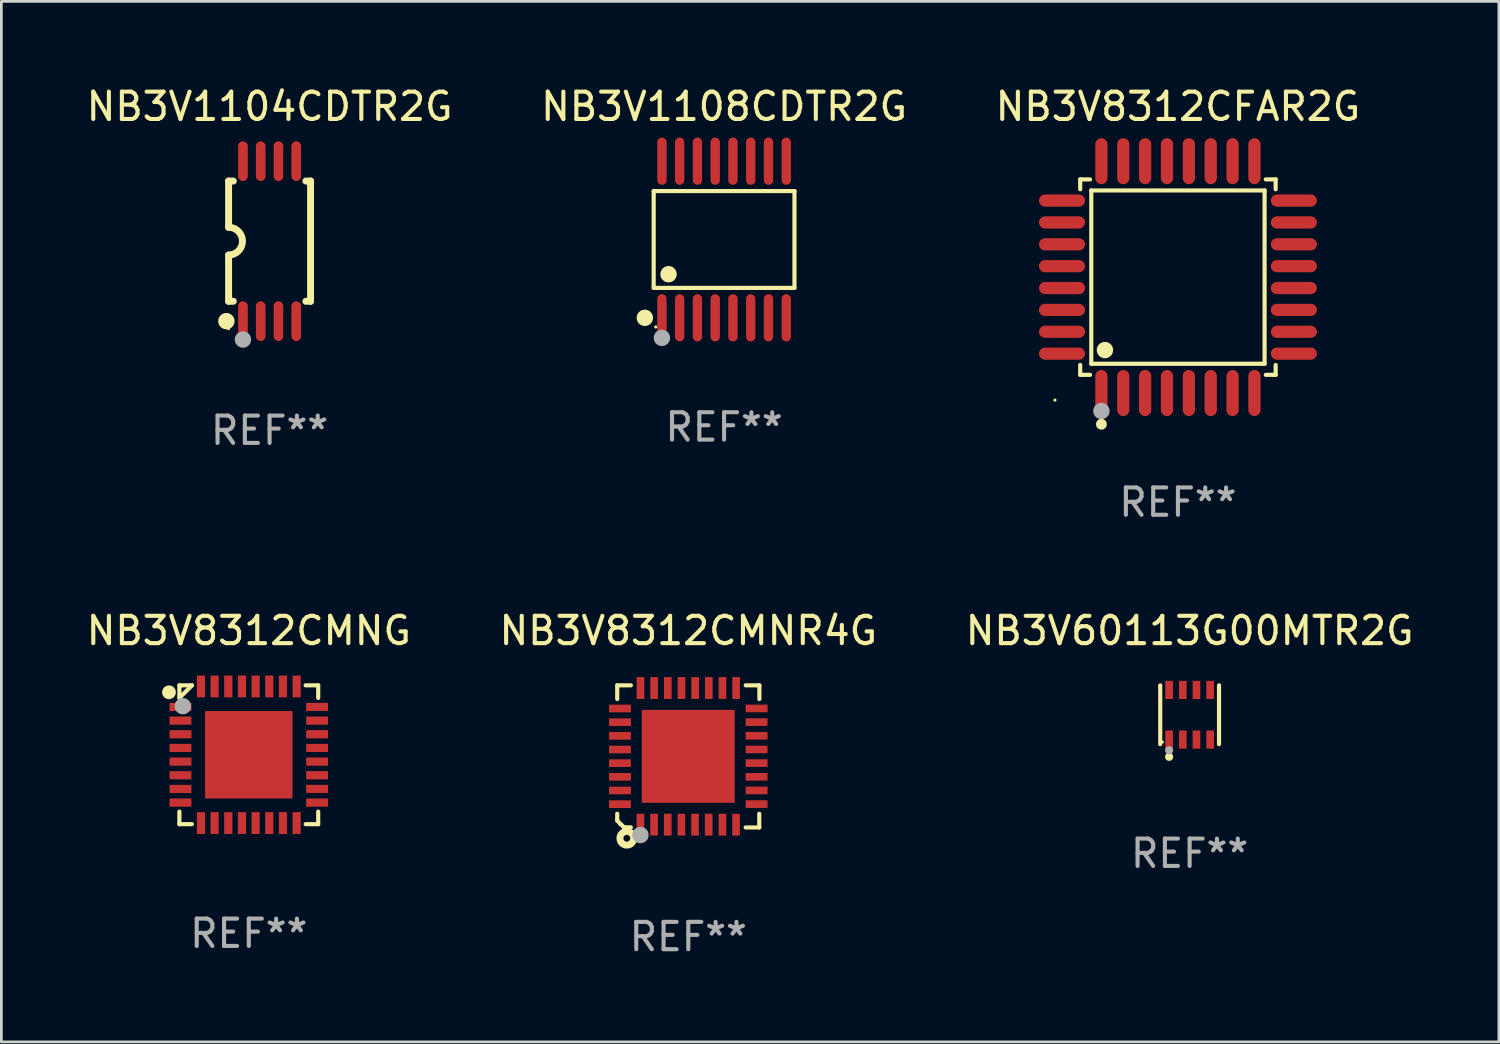
<source format=kicad_pcb>
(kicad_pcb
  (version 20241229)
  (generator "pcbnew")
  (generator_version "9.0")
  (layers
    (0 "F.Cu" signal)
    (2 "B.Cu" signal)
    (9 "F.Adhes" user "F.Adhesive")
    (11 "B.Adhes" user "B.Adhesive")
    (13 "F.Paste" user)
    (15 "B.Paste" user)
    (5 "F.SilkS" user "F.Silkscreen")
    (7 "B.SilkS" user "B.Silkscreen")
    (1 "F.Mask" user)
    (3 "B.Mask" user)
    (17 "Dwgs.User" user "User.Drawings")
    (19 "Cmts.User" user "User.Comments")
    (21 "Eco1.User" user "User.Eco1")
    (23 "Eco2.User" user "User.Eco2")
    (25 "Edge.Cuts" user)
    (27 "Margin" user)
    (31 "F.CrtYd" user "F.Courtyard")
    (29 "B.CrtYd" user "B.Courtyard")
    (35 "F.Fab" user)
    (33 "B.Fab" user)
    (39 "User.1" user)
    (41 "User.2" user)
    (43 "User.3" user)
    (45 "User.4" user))
  (footprint "NB3V8312CMNG"
    (layer "F.Cu")
    (at 6.054 24.569)
    (property "Reference" "NB3V8312CMNG" (at 0 -4.54 0) (layer "F.SilkS") (effects (font (size 1 1) (thickness 0.15))))
    (attr through_hole)
    (fp_line (start -2.54 -2.54) (end -2.08 -2.54) (stroke (width 0.152) (type solid)) (layer "F.SilkS"))
    (fp_line (start -2.54 -2.08) (end -2.54 -2.54) (stroke (width 0.152) (type solid)) (layer "F.SilkS"))
    (fp_line (start -2.54 -2.08) (end -2.08 -2.54) (stroke (width 0.152) (type solid)) (layer "F.SilkS"))
    (fp_line (start -2.54 2.54) (end -2.54 2.08) (stroke (width 0.152) (type solid)) (layer "F.SilkS"))
    (fp_line (start -2.08 2.54) (end -2.54 2.54) (stroke (width 0.152) (type solid)) (layer "F.SilkS"))
    (fp_line (start 2.08 -2.54) (end 2.54 -2.54) (stroke (width 0.152) (type solid)) (layer "F.SilkS"))
    (fp_line (start 2.54 -2.54) (end 2.54 -2.08) (stroke (width 0.152) (type solid)) (layer "F.SilkS"))
    (fp_line (start 2.54 2.08) (end 2.54 2.54) (stroke (width 0.152) (type solid)) (layer "F.SilkS"))
    (fp_line (start 2.54 2.54) (end 2.08 2.54) (stroke (width 0.152) (type solid)) (layer "F.SilkS"))
    (fp_circle (center -2.921 -2.286) (end -2.794 -2.286) (stroke (width 0.254) (type solid)) (fill no) (layer "F.SilkS"))
    (fp_circle (center -2.5 -2.5) (end -2.47 -2.5) (stroke (width 0.06) (type solid)) (fill no) (layer "F.SilkS"))
    (fp_circle (center -2.413 -1.778) (end -2.263 -1.778) (stroke (width 0.3) (type solid)) (fill no) (layer "F.Fab"))
    (fp_text user "REF**" (at 0 6.54 0) (layer "F.Fab") (effects (font (size 1 1) (thickness 0.15))))
    (pad "1" smd rect (at -2.5 -1.75 90) (size 0.3 0.8) (layers "F.Cu" "F.Mask" "F.Paste"))
    (pad "2" smd rect (at -2.5 -1.25 90) (size 0.3 0.8) (layers "F.Cu" "F.Mask" "F.Paste"))
    (pad "3" smd rect (at -2.5 -0.75 90) (size 0.3 0.8) (layers "F.Cu" "F.Mask" "F.Paste"))
    (pad "4" smd rect (at -2.5 -0.25 90) (size 0.3 0.8) (layers "F.Cu" "F.Mask" "F.Paste"))
    (pad "5" smd rect (at -2.5 0.25 90) (size 0.3 0.8) (layers "F.Cu" "F.Mask" "F.Paste"))
    (pad "6" smd rect (at -2.5 0.75 90) (size 0.3 0.8) (layers "F.Cu" "F.Mask" "F.Paste"))
    (pad "7" smd rect (at -2.5 1.25 90) (size 0.3 0.8) (layers "F.Cu" "F.Mask" "F.Paste"))
    (pad "8" smd rect (at -2.5 1.75 90) (size 0.3 0.8) (layers "F.Cu" "F.Mask" "F.Paste"))
    (pad "9" smd rect (at -1.75 2.5 180) (size 0.3 0.8) (layers "F.Cu" "F.Mask" "F.Paste"))
    (pad "10" smd rect (at -1.25 2.5 180) (size 0.3 0.8) (layers "F.Cu" "F.Mask" "F.Paste"))
    (pad "11" smd rect (at -0.75 2.5 180) (size 0.3 0.8) (layers "F.Cu" "F.Mask" "F.Paste"))
    (pad "12" smd rect (at -0.25 2.5 180) (size 0.3 0.8) (layers "F.Cu" "F.Mask" "F.Paste"))
    (pad "13" smd rect (at 0.25 2.5 180) (size 0.3 0.8) (layers "F.Cu" "F.Mask" "F.Paste"))
    (pad "14" smd rect (at 0.75 2.5 180) (size 0.3 0.8) (layers "F.Cu" "F.Mask" "F.Paste"))
    (pad "15" smd rect (at 1.25 2.5 180) (size 0.3 0.8) (layers "F.Cu" "F.Mask" "F.Paste"))
    (pad "16" smd rect (at 1.75 2.5 180) (size 0.3 0.8) (layers "F.Cu" "F.Mask" "F.Paste"))
    (pad "17" smd rect (at 2.5 1.75 270) (size 0.3 0.8) (layers "F.Cu" "F.Mask" "F.Paste"))
    (pad "18" smd rect (at 2.5 1.25 270) (size 0.3 0.8) (layers "F.Cu" "F.Mask" "F.Paste"))
    (pad "19" smd rect (at 2.5 0.75 270) (size 0.3 0.8) (layers "F.Cu" "F.Mask" "F.Paste"))
    (pad "20" smd rect (at 2.5 0.25 270) (size 0.3 0.8) (layers "F.Cu" "F.Mask" "F.Paste"))
    (pad "21" smd rect (at 2.5 -0.25 270) (size 0.3 0.8) (layers "F.Cu" "F.Mask" "F.Paste"))
    (pad "22" smd rect (at 2.5 -0.75 270) (size 0.3 0.8) (layers "F.Cu" "F.Mask" "F.Paste"))
    (pad "23" smd rect (at 2.5 -1.25 270) (size 0.3 0.8) (layers "F.Cu" "F.Mask" "F.Paste"))
    (pad "24" smd rect (at 2.5 -1.75 270) (size 0.3 0.8) (layers "F.Cu" "F.Mask" "F.Paste"))
    (pad "25" smd rect (at 1.75 -2.5) (size 0.3 0.8) (layers "F.Cu" "F.Mask" "F.Paste"))
    (pad "26" smd rect (at 1.25 -2.5) (size 0.3 0.8) (layers "F.Cu" "F.Mask" "F.Paste"))
    (pad "27" smd rect (at 0.75 -2.5) (size 0.3 0.8) (layers "F.Cu" "F.Mask" "F.Paste"))
    (pad "28" smd rect (at 0.25 -2.5) (size 0.3 0.8) (layers "F.Cu" "F.Mask" "F.Paste"))
    (pad "29" smd rect (at -0.25 -2.5) (size 0.3 0.8) (layers "F.Cu" "F.Mask" "F.Paste"))
    (pad "30" smd rect (at -0.75 -2.5) (size 0.3 0.8) (layers "F.Cu" "F.Mask" "F.Paste"))
    (pad "31" smd rect (at -1.25 -2.5) (size 0.3 0.8) (layers "F.Cu" "F.Mask" "F.Paste"))
    (pad "32" smd rect (at -1.75 -2.5) (size 0.3 0.8) (layers "F.Cu" "F.Mask" "F.Paste"))
    (pad "33" smd rect (at 0 0 90) (size 3.2 3.2) (layers "F.Cu" "F.Mask" "F.Paste")))
  (footprint "NB3V8312CMNR4G"
    (layer "F.Cu")
    (at 22.137 24.629)
    (property "Reference" "NB3V8312CMNR4G" (at 0 -4.6 0) (layer "F.SilkS") (effects (font (size 1 1) (thickness 0.15))))
    (attr through_hole)
    (fp_line (start -2.601 2.097) (end -2.601 2.347) (stroke (width 0.152) (type solid)) (layer "F.SilkS"))
    (fp_line (start -2.601 2.347) (end -2.351 2.597) (stroke (width 0.152) (type solid)) (layer "F.SilkS"))
    (fp_line (start -2.601 -2.6) (end -2.601 -2.1) (stroke (width 0.152) (type solid)) (layer "F.SilkS"))
    (fp_line (start -2.601 -2.6) (end -2.101 -2.6) (stroke (width 0.152) (type solid)) (layer "F.SilkS"))
    (fp_line (start -2.351 2.597) (end -2.101 2.597) (stroke (width 0.152) (type solid)) (layer "F.SilkS"))
    (fp_line (start 2.597 2.6) (end 2.097 2.6) (stroke (width 0.152) (type solid)) (layer "F.SilkS"))
    (fp_line (start 2.597 2.6) (end 2.597 2.1) (stroke (width 0.152) (type solid)) (layer "F.SilkS"))
    (fp_line (start 2.601 -2.6) (end 2.101 -2.6) (stroke (width 0.152) (type solid)) (layer "F.SilkS"))
    (fp_line (start 2.601 -2.6) (end 2.601 -2.1) (stroke (width 0.152) (type solid)) (layer "F.SilkS"))
    (fp_circle (center -2.501 2.497) (end -2.471 2.497) (stroke (width 0.06) (type solid)) (fill no) (layer "F.SilkS"))
    (fp_circle (center -2.25 2.995) (end -2.125 2.995) (stroke (width 0.254) (type solid)) (fill no) (layer "F.SilkS"))
    (fp_circle (center -1.751 2.878) (end -1.601 2.878) (stroke (width 0.3) (type solid)) (fill no) (layer "F.Fab"))
    (fp_text user "REF**" (at 0 6.6 0) (layer "F.Fab") (effects (font (size 1 1) (thickness 0.15))))
    (pad "1" smd rect (at -1.751 2.497) (size 0.28 0.8) (layers "F.Cu" "F.Mask" "F.Paste"))
    (pad "2" smd rect (at -1.253 2.497) (size 0.28 0.8) (layers "F.Cu" "F.Mask" "F.Paste"))
    (pad "3" smd rect (at -0.753 2.497) (size 0.28 0.8) (layers "F.Cu" "F.Mask" "F.Paste"))
    (pad "4" smd rect (at -0.253 2.497) (size 0.28 0.8) (layers "F.Cu" "F.Mask" "F.Paste"))
    (pad "5" smd rect (at 0.247 2.497) (size 0.28 0.8) (layers "F.Cu" "F.Mask" "F.Paste"))
    (pad "6" smd rect (at 0.747 2.497) (size 0.28 0.8) (layers "F.Cu" "F.Mask" "F.Paste"))
    (pad "7" smd rect (at 1.247 2.497) (size 0.28 0.8) (layers "F.Cu" "F.Mask" "F.Paste"))
    (pad "8" smd rect (at 1.747 2.497) (size 0.28 0.8) (layers "F.Cu" "F.Mask" "F.Paste"))
    (pad "9" smd rect (at 2.499 1.746) (size 0.8 0.28) (layers "F.Cu" "F.Mask" "F.Paste"))
    (pad "10" smd rect (at 2.499 1.245) (size 0.8 0.28) (layers "F.Cu" "F.Mask" "F.Paste"))
    (pad "11" smd rect (at 2.499 0.746) (size 0.8 0.28) (layers "F.Cu" "F.Mask" "F.Paste"))
    (pad "12" smd rect (at 2.499 0.245) (size 0.8 0.28) (layers "F.Cu" "F.Mask" "F.Paste"))
    (pad "13" smd rect (at 2.499 -0.254) (size 0.8 0.28) (layers "F.Cu" "F.Mask" "F.Paste"))
    (pad "14" smd rect (at 2.499 -0.755) (size 0.8 0.28) (layers "F.Cu" "F.Mask" "F.Paste"))
    (pad "15" smd rect (at 2.499 -1.254) (size 0.8 0.28) (layers "F.Cu" "F.Mask" "F.Paste"))
    (pad "16" smd rect (at 2.499 -1.755) (size 0.8 0.28) (layers "F.Cu" "F.Mask" "F.Paste"))
    (pad "17" smd rect (at 1.75 -2.502) (size 0.28 0.8) (layers "F.Cu" "F.Mask" "F.Paste"))
    (pad "18" smd rect (at 1.25 -2.502) (size 0.28 0.8) (layers "F.Cu" "F.Mask" "F.Paste"))
    (pad "19" smd rect (at 0.75 -2.502) (size 0.28 0.8) (layers "F.Cu" "F.Mask" "F.Paste"))
    (pad "20" smd rect (at 0.25 -2.502) (size 0.28 0.8) (layers "F.Cu" "F.Mask" "F.Paste"))
    (pad "21" smd rect (at -0.25 -2.502) (size 0.28 0.8) (layers "F.Cu" "F.Mask" "F.Paste"))
    (pad "22" smd rect (at -0.75 -2.502) (size 0.28 0.8) (layers "F.Cu" "F.Mask" "F.Paste"))
    (pad "23" smd rect (at -1.25 -2.502) (size 0.28 0.8) (layers "F.Cu" "F.Mask" "F.Paste"))
    (pad "24" smd rect (at -1.75 -2.502) (size 0.28 0.8) (layers "F.Cu" "F.Mask" "F.Paste"))
    (pad "25" smd rect (at -2.501 -1.753) (size 0.8 0.28) (layers "F.Cu" "F.Mask" "F.Paste"))
    (pad "26" smd rect (at -2.501 -1.252) (size 0.8 0.28) (layers "F.Cu" "F.Mask" "F.Paste"))
    (pad "27" smd rect (at -2.501 -0.753) (size 0.8 0.28) (layers "F.Cu" "F.Mask" "F.Paste"))
    (pad "28" smd rect (at -2.501 -0.252) (size 0.8 0.28) (layers "F.Cu" "F.Mask" "F.Paste"))
    (pad "29" smd rect (at -2.501 0.247) (size 0.8 0.28) (layers "F.Cu" "F.Mask" "F.Paste"))
    (pad "30" smd rect (at -2.501 0.748) (size 0.8 0.28) (layers "F.Cu" "F.Mask" "F.Paste"))
    (pad "31" smd rect (at -2.501 1.247) (size 0.8 0.28) (layers "F.Cu" "F.Mask" "F.Paste"))
    (pad "32" smd rect (at -2.501 1.748) (size 0.8 0.28) (layers "F.Cu" "F.Mask" "F.Paste"))
    (pad "33" smd rect (at -0.001 -0.003 180) (size 3.4 3.4) (layers "F.Cu" "F.Mask" "F.Paste")))
  (footprint "NB3V60113G00MTR2G"
    (layer "F.Cu")
    (at 40.482 23.105)
    (property "Reference" "NB3V60113G00MTR2G" (at 0 -3.076 0) (layer "F.SilkS") (effects (font (size 1 1) (thickness 0.15))))
    (attr through_hole)
    (fp_line (start -1.076 1.076) (end -1.076 -1.076) (stroke (width 0.152) (type solid)) (layer "F.SilkS"))
    (fp_line (start 1.076 1.076) (end 1.076 -1.076) (stroke (width 0.152) (type solid)) (layer "F.SilkS"))
    (fp_circle (center -1 1) (end -0.97 1) (stroke (width 0.06) (type solid)) (fill no) (layer "F.SilkS"))
    (fp_circle (center -0.75 1.54) (end -0.675 1.54) (stroke (width 0.15) (type solid)) (fill no) (layer "F.SilkS"))
    (fp_circle (center -0.75 1.3) (end -0.675 1.3) (stroke (width 0.15) (type solid)) (fill no) (layer "F.Fab"))
    (fp_text user "REF**" (at 0 5.076 0) (layer "F.Fab") (effects (font (size 1 1) (thickness 0.15))))
    (pad "1" smd rect (at -0.75 0.908) (size 0.28 0.665) (layers "F.Cu" "F.Mask" "F.Paste"))
    (pad "2" smd rect (at -0.25 0.908) (size 0.28 0.665) (layers "F.Cu" "F.Mask" "F.Paste"))
    (pad "3" smd rect (at 0.25 0.908) (size 0.28 0.665) (layers "F.Cu" "F.Mask" "F.Paste"))
    (pad "4" smd rect (at 0.75 0.908) (size 0.28 0.665) (layers "F.Cu" "F.Mask" "F.Paste"))
    (pad "5" smd rect (at 0.75 -0.908) (size 0.28 0.665) (layers "F.Cu" "F.Mask" "F.Paste"))
    (pad "6" smd rect (at 0.25 -0.908) (size 0.28 0.665) (layers "F.Cu" "F.Mask" "F.Paste"))
    (pad "7" smd rect (at -0.25 -0.908) (size 0.28 0.665) (layers "F.Cu" "F.Mask" "F.Paste"))
    (pad "8" smd rect (at -0.75 -0.908) (size 0.28 0.665) (layers "F.Cu" "F.Mask" "F.Paste")))
  (footprint "NB3V8312CFAR2G"
    (layer "F.Cu")
    (at 40.054 7.09)
    (property "Reference" "NB3V8312CFAR2G" (at 0 -6.242 0) (layer "F.SilkS") (effects (font (size 1 1) (thickness 0.15))))
    (attr through_hole)
    (fp_line (start -3.576 -3.576) (end -3.215 -3.576) (stroke (width 0.152) (type solid)) (layer "F.SilkS"))
    (fp_line (start -3.576 -3.215) (end -3.576 -3.576) (stroke (width 0.152) (type solid)) (layer "F.SilkS"))
    (fp_line (start -3.576 3.215) (end -3.576 3.576) (stroke (width 0.152) (type solid)) (layer "F.SilkS"))
    (fp_line (start -3.576 3.576) (end -3.215 3.576) (stroke (width 0.152) (type solid)) (layer "F.SilkS"))
    (fp_line (start -3.171 -3.171) (end 3.171 -3.171) (stroke (width 0.152) (type solid)) (layer "F.SilkS"))
    (fp_line (start -3.171 3.171) (end -3.171 -3.171) (stroke (width 0.152) (type solid)) (layer "F.SilkS"))
    (fp_line (start 3.171 -3.171) (end 3.171 3.171) (stroke (width 0.152) (type solid)) (layer "F.SilkS"))
    (fp_line (start 3.171 3.171) (end -3.171 3.171) (stroke (width 0.152) (type solid)) (layer "F.SilkS"))
    (fp_line (start 3.576 -3.576) (end 3.215 -3.576) (stroke (width 0.152) (type solid)) (layer "F.SilkS"))
    (fp_line (start 3.576 -3.215) (end 3.576 -3.576) (stroke (width 0.152) (type solid)) (layer "F.SilkS"))
    (fp_line (start 3.576 3.215) (end 3.576 3.576) (stroke (width 0.152) (type solid)) (layer "F.SilkS"))
    (fp_line (start 3.576 3.576) (end 3.215 3.576) (stroke (width 0.152) (type solid)) (layer "F.SilkS"))
    (fp_circle (center -4.5 4.5) (end -4.47 4.5) (stroke (width 0.06) (type solid)) (fill no) (layer "F.SilkS"))
    (fp_circle (center -2.8 5.384) (end -2.7 5.384) (stroke (width 0.2) (type solid)) (fill no) (layer "F.SilkS"))
    (fp_circle (center -2.671 2.671) (end -2.521 2.671) (stroke (width 0.3) (type solid)) (fill no) (layer "F.SilkS"))
    (fp_circle (center -2.8 4.9) (end -2.65 4.9) (stroke (width 0.3) (type solid)) (fill no) (layer "F.Fab"))
    (fp_text user "REF**" (at 0 8.242 0) (layer "F.Fab") (effects (font (size 1 1) (thickness 0.15))))
    (pad "1" smd oval (at -2.8 4.242) (size 0.448 1.684) (layers "F.Cu" "F.Mask" "F.Paste"))
    (pad "2" smd oval (at -2 4.242) (size 0.448 1.684) (layers "F.Cu" "F.Mask" "F.Paste"))
    (pad "3" smd oval (at -1.2 4.242) (size 0.448 1.684) (layers "F.Cu" "F.Mask" "F.Paste"))
    (pad "4" smd oval (at -0.4 4.242) (size 0.448 1.684) (layers "F.Cu" "F.Mask" "F.Paste"))
    (pad "5" smd oval (at 0.4 4.242) (size 0.448 1.684) (layers "F.Cu" "F.Mask" "F.Paste"))
    (pad "6" smd oval (at 1.2 4.242) (size 0.448 1.684) (layers "F.Cu" "F.Mask" "F.Paste"))
    (pad "7" smd oval (at 2 4.242) (size 0.448 1.684) (layers "F.Cu" "F.Mask" "F.Paste"))
    (pad "8" smd oval (at 2.8 4.242) (size 0.448 1.684) (layers "F.Cu" "F.Mask" "F.Paste"))
    (pad "9" smd oval (at 4.242 2.8) (size 1.684 0.448) (layers "F.Cu" "F.Mask" "F.Paste"))
    (pad "10" smd oval (at 4.242 2) (size 1.684 0.448) (layers "F.Cu" "F.Mask" "F.Paste"))
    (pad "11" smd oval (at 4.242 1.2) (size 1.684 0.448) (layers "F.Cu" "F.Mask" "F.Paste"))
    (pad "12" smd oval (at 4.242 0.4) (size 1.684 0.448) (layers "F.Cu" "F.Mask" "F.Paste"))
    (pad "13" smd oval (at 4.242 -0.4) (size 1.684 0.448) (layers "F.Cu" "F.Mask" "F.Paste"))
    (pad "14" smd oval (at 4.242 -1.2) (size 1.684 0.448) (layers "F.Cu" "F.Mask" "F.Paste"))
    (pad "15" smd oval (at 4.242 -2) (size 1.684 0.448) (layers "F.Cu" "F.Mask" "F.Paste"))
    (pad "16" smd oval (at 4.242 -2.8) (size 1.684 0.448) (layers "F.Cu" "F.Mask" "F.Paste"))
    (pad "17" smd oval (at 2.8 -4.242) (size 0.448 1.684) (layers "F.Cu" "F.Mask" "F.Paste"))
    (pad "18" smd oval (at 2 -4.242) (size 0.448 1.684) (layers "F.Cu" "F.Mask" "F.Paste"))
    (pad "19" smd oval (at 1.2 -4.242) (size 0.448 1.684) (layers "F.Cu" "F.Mask" "F.Paste"))
    (pad "20" smd oval (at 0.4 -4.242) (size 0.448 1.684) (layers "F.Cu" "F.Mask" "F.Paste"))
    (pad "21" smd oval (at -0.4 -4.242) (size 0.448 1.684) (layers "F.Cu" "F.Mask" "F.Paste"))
    (pad "22" smd oval (at -1.2 -4.242) (size 0.448 1.684) (layers "F.Cu" "F.Mask" "F.Paste"))
    (pad "23" smd oval (at -2 -4.242) (size 0.448 1.684) (layers "F.Cu" "F.Mask" "F.Paste"))
    (pad "24" smd oval (at -2.8 -4.242) (size 0.448 1.684) (layers "F.Cu" "F.Mask" "F.Paste"))
    (pad "25" smd oval (at -4.242 -2.8) (size 1.684 0.448) (layers "F.Cu" "F.Mask" "F.Paste"))
    (pad "26" smd oval (at -4.242 -2) (size 1.684 0.448) (layers "F.Cu" "F.Mask" "F.Paste"))
    (pad "27" smd oval (at -4.242 -1.2) (size 1.684 0.448) (layers "F.Cu" "F.Mask" "F.Paste"))
    (pad "28" smd oval (at -4.242 -0.4) (size 1.684 0.448) (layers "F.Cu" "F.Mask" "F.Paste"))
    (pad "29" smd oval (at -4.242 0.4) (size 1.684 0.448) (layers "F.Cu" "F.Mask" "F.Paste"))
    (pad "30" smd oval (at -4.242 1.2) (size 1.684 0.448) (layers "F.Cu" "F.Mask" "F.Paste"))
    (pad "31" smd oval (at -4.242 2) (size 1.684 0.448) (layers "F.Cu" "F.Mask" "F.Paste"))
    (pad "32" smd oval (at -4.242 2.8) (size 1.684 0.448) (layers "F.Cu" "F.Mask" "F.Paste")))
  (footprint "NB3V1108CDTR2G"
    (layer "F.Cu")
    (at 23.446 5.714)
    (property "Reference" "NB3V1108CDTR2G" (at 0 -4.866 0) (layer "F.SilkS") (effects (font (size 1 1) (thickness 0.15))))
    (attr through_hole)
    (fp_line (start -2.576 -1.772) (end 2.576 -1.772) (stroke (width 0.152) (type solid)) (layer "F.SilkS"))
    (fp_line (start -2.576 1.771) (end -2.576 -1.772) (stroke (width 0.152) (type solid)) (layer "F.SilkS"))
    (fp_line (start 2.576 -1.772) (end 2.576 1.771) (stroke (width 0.152) (type solid)) (layer "F.SilkS"))
    (fp_line (start 2.576 1.771) (end -2.576 1.771) (stroke (width 0.152) (type solid)) (layer "F.SilkS"))
    (fp_circle (center -2.899 2.866) (end -2.749 2.866) (stroke (width 0.3) (type solid)) (fill no) (layer "F.SilkS"))
    (fp_circle (center -2.5 3.2) (end -2.47 3.2) (stroke (width 0.06) (type solid)) (fill no) (layer "F.SilkS"))
    (fp_circle (center -2.032 1.27) (end -1.882 1.27) (stroke (width 0.3) (type solid)) (fill no) (layer "F.SilkS"))
    (fp_circle (center -2.275 3.6) (end -2.125 3.6) (stroke (width 0.3) (type solid)) (fill no) (layer "F.Fab"))
    (fp_text user "REF**" (at 0 6.866 0) (layer "F.Fab") (effects (font (size 1 1) (thickness 0.15))))
    (pad "1" smd oval (at -2.275 2.866) (size 0.343 1.731) (layers "F.Cu" "F.Mask" "F.Paste"))
    (pad "2" smd oval (at -1.625 2.866) (size 0.343 1.731) (layers "F.Cu" "F.Mask" "F.Paste"))
    (pad "3" smd oval (at -0.975 2.866) (size 0.343 1.731) (layers "F.Cu" "F.Mask" "F.Paste"))
    (pad "4" smd oval (at -0.325 2.866) (size 0.343 1.731) (layers "F.Cu" "F.Mask" "F.Paste"))
    (pad "5" smd oval (at 0.325 2.866) (size 0.343 1.731) (layers "F.Cu" "F.Mask" "F.Paste"))
    (pad "6" smd oval (at 0.975 2.866) (size 0.343 1.731) (layers "F.Cu" "F.Mask" "F.Paste"))
    (pad "7" smd oval (at 1.625 2.866) (size 0.343 1.731) (layers "F.Cu" "F.Mask" "F.Paste"))
    (pad "8" smd oval (at 2.275 2.866) (size 0.343 1.731) (layers "F.Cu" "F.Mask" "F.Paste"))
    (pad "9" smd oval (at 2.275 -2.866) (size 0.343 1.731) (layers "F.Cu" "F.Mask" "F.Paste"))
    (pad "10" smd oval (at 1.625 -2.866) (size 0.343 1.731) (layers "F.Cu" "F.Mask" "F.Paste"))
    (pad "11" smd oval (at 0.975 -2.866) (size 0.343 1.731) (layers "F.Cu" "F.Mask" "F.Paste"))
    (pad "12" smd oval (at 0.325 -2.866) (size 0.343 1.731) (layers "F.Cu" "F.Mask" "F.Paste"))
    (pad "13" smd oval (at -0.325 -2.866) (size 0.343 1.731) (layers "F.Cu" "F.Mask" "F.Paste"))
    (pad "14" smd oval (at -0.975 -2.866) (size 0.343 1.731) (layers "F.Cu" "F.Mask" "F.Paste"))
    (pad "15" smd oval (at -1.625 -2.866) (size 0.343 1.731) (layers "F.Cu" "F.Mask" "F.Paste"))
    (pad "16" smd oval (at -2.275 -2.866) (size 0.343 1.731) (layers "F.Cu" "F.Mask" "F.Paste")))
  (footprint "NB3V1104CDTR2G"
    (layer "F.Cu")
    (at 6.815 5.775)
    (property "Reference" "NB3V1104CDTR2G" (at 0 -4.927 0) (layer "F.SilkS") (effects (font (size 1 1) (thickness 0.15))))
    (attr through_hole)
    (fp_line (start -1.5 -2.2) (end -1.5 -0.508) (stroke (width 0.254) (type solid)) (layer "F.SilkS"))
    (fp_line (start -1.5 -2.2) (end -1.328 -2.2) (stroke (width 0.254) (type solid)) (layer "F.SilkS"))
    (fp_line (start -1.5 2.2) (end -1.5 0.508) (stroke (width 0.254) (type solid)) (layer "F.SilkS"))
    (fp_line (start -1.5 2.2) (end -1.328 2.2) (stroke (width 0.254) (type solid)) (layer "F.SilkS"))
    (fp_line (start 1.328 -2.2) (end 1.5 -2.2) (stroke (width 0.254) (type solid)) (layer "F.SilkS"))
    (fp_line (start 1.328 2.2) (end 1.5 2.2) (stroke (width 0.254) (type solid)) (layer "F.SilkS"))
    (fp_line (start 1.5 -2.2) (end 1.5 2.2) (stroke (width 0.254) (type solid)) (layer "F.SilkS"))
    (fp_arc (start -1.501144 -0.508) (mid -0.993143 -0.000571) (end -1.5 0.508001) (stroke (width 0.254001) (type solid)) (layer "F.SilkS"))
    (fp_circle (center -1.581 2.927) (end -1.431 2.927) (stroke (width 0.3) (type solid)) (fill no) (layer "F.SilkS"))
    (fp_circle (center -1.5 3.2) (end -1.47 3.2) (stroke (width 0.06) (type solid)) (fill no) (layer "F.SilkS"))
    (fp_circle (center -0.975 3.6) (end -0.825 3.6) (stroke (width 0.3) (type solid)) (fill no) (layer "F.Fab"))
    (fp_text user "REF**" (at 0 6.927 0) (layer "F.Fab") (effects (font (size 1 1) (thickness 0.15))))
    (pad "1" smd oval (at -0.975 2.927) (size 0.353 1.454) (layers "F.Cu" "F.Mask" "F.Paste"))
    (pad "2" smd oval (at -0.325 2.927) (size 0.353 1.454) (layers "F.Cu" "F.Mask" "F.Paste"))
    (pad "3" smd oval (at 0.325 2.927) (size 0.353 1.454) (layers "F.Cu" "F.Mask" "F.Paste"))
    (pad "4" smd oval (at 0.975 2.927) (size 0.353 1.454) (layers "F.Cu" "F.Mask" "F.Paste"))
    (pad "5" smd oval (at 0.975 -2.927) (size 0.353 1.454) (layers "F.Cu" "F.Mask" "F.Paste"))
    (pad "6" smd oval (at 0.325 -2.927) (size 0.353 1.454) (layers "F.Cu" "F.Mask" "F.Paste"))
    (pad "7" smd oval (at -0.325 -2.927) (size 0.353 1.454) (layers "F.Cu" "F.Mask" "F.Paste"))
    (pad "8" smd oval (at -0.975 -2.927) (size 0.353 1.454) (layers "F.Cu" "F.Mask" "F.Paste")))
  (gr_rect
    (start -3 -3)
    (end 51.798 35.077)
    (stroke (width 0.1) (type default))
    (fill no)
    (layer "Edge.Cuts")))
</source>
